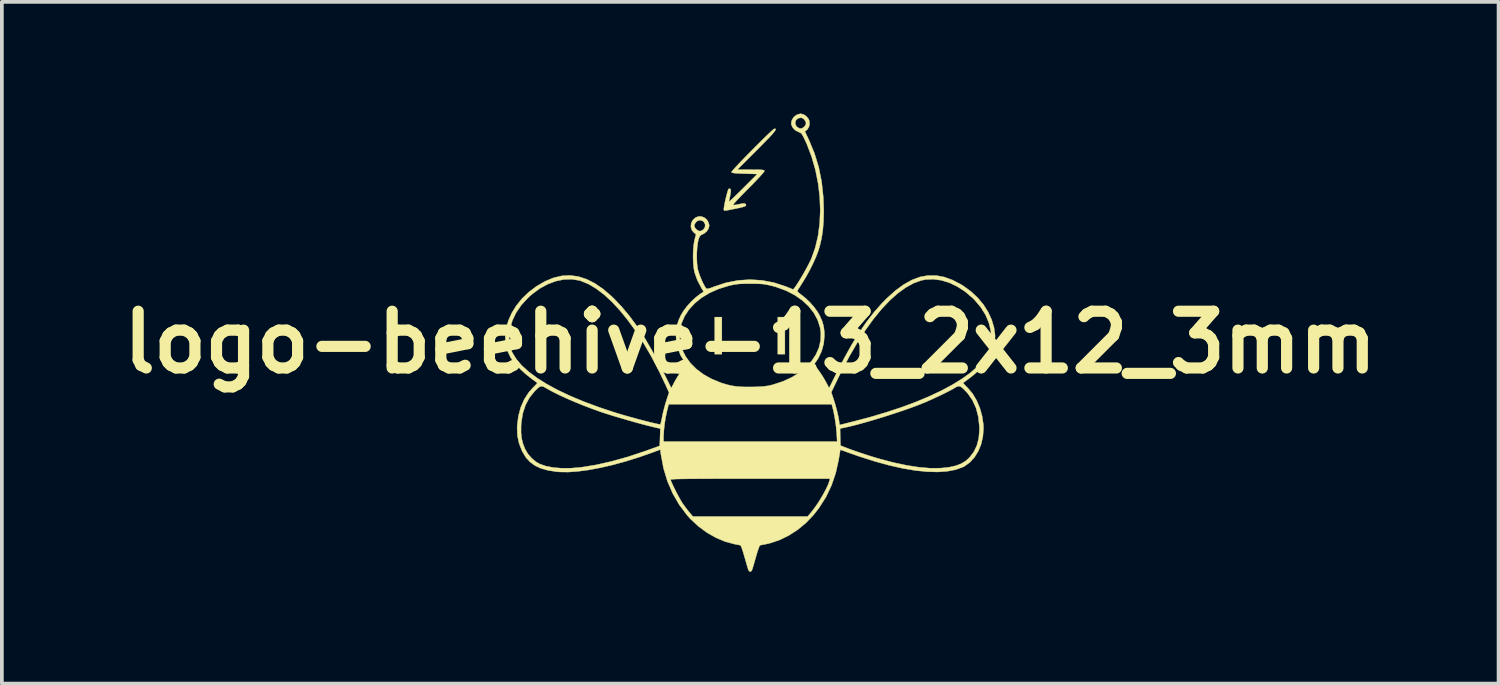
<source format=kicad_pcb>
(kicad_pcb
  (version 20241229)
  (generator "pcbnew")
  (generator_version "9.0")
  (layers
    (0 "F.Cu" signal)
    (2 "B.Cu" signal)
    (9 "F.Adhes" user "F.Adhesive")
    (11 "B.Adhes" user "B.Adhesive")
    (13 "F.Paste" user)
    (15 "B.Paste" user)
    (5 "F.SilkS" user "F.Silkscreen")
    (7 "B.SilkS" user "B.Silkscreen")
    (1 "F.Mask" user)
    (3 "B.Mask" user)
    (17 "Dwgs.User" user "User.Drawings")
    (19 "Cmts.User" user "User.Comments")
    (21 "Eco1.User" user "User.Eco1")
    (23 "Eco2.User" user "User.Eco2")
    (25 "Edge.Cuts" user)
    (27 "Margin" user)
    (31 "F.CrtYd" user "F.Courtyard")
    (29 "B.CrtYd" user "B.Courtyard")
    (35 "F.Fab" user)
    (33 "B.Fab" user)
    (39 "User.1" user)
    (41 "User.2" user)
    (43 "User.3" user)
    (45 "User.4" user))
  (footprint "logo-beehive-13_2х12_3mm"
    (layer "F.Cu")
    (at 17.098 6.143)
    (property "Reference" "logo-beehive-13_2х12_3mm" (at 0 0 0) (layer "F.SilkS") (effects (font (size 1.524 1.524) (thickness 0.3))))
    (attr through_hole)
    (fp_poly (pts (xy -0.762 0.318) (xy -0.953 0.318) (xy -0.953 -0.677) (xy -0.762 -0.677) (xy -0.762 0.318)) (stroke (width 0.01) (type solid)) (fill yes) (layer "F.SilkS"))
    (fp_poly (pts (xy 0.931 0.318) (xy 0.741 0.318) (xy 0.741 -0.677) (xy 0.931 -0.677) (xy 0.931 0.318)) (stroke (width 0.01) (type solid)) (fill yes) (layer "F.SilkS"))
    (fp_poly (pts (xy 0.684 -5.725) (xy 0.677 -5.7) (xy 0.649 -5.659) (xy 0.6 -5.599) (xy 0.526 -5.518) (xy 0.426 -5.414) (xy 0.299 -5.284) (xy 0.178 -5.162) (xy -0.349 -4.636) (xy 0.016 -4.636) (xy 0.149 -4.635) (xy 0.245 -4.634) (xy 0.31 -4.631) (xy 0.351 -4.626) (xy 0.372 -4.618) (xy 0.38 -4.606) (xy 0.381 -4.599) (xy 0.367 -4.575) (xy 0.326 -4.525) (xy 0.262 -4.454) (xy 0.179 -4.366) (xy 0.082 -4.264) (xy -0.028 -4.153) (xy -0.058 -4.122) (xy -0.197 -3.982) (xy -0.306 -3.869) (xy -0.386 -3.784) (xy -0.436 -3.725) (xy -0.458 -3.692) (xy -0.455 -3.684) (xy -0.412 -3.688) (xy -0.345 -3.7) (xy -0.281 -3.713) (xy -0.206 -3.727) (xy -0.162 -3.73) (xy -0.136 -3.722) (xy -0.124 -3.711) (xy -0.111 -3.688) (xy -0.117 -3.669) (xy -0.147 -3.651) (xy -0.204 -3.632) (xy -0.295 -3.61) (xy -0.401 -3.588) (xy -0.516 -3.565) (xy -0.596 -3.549) (xy -0.648 -3.54) (xy -0.679 -3.537) (xy -0.695 -3.54) (xy -0.703 -3.547) (xy -0.707 -3.552) (xy -0.709 -3.582) (xy -0.701 -3.643) (xy -0.687 -3.724) (xy -0.667 -3.817) (xy -0.645 -3.911) (xy -0.622 -3.999) (xy -0.601 -4.069) (xy -0.584 -4.112) (xy -0.577 -4.122) (xy -0.541 -4.125) (xy -0.523 -4.097) (xy -0.523 -4.037) (xy -0.539 -3.94) (xy -0.539 -3.939) (xy -0.555 -3.863) (xy -0.566 -3.804) (xy -0.571 -3.773) (xy -0.572 -3.772) (xy -0.557 -3.782) (xy -0.517 -3.819) (xy -0.455 -3.878) (xy -0.375 -3.956) (xy -0.281 -4.048) (xy -0.19 -4.138) (xy 0.191 -4.519) (xy -0.153 -4.53) (xy -0.284 -4.534) (xy -0.379 -4.539) (xy -0.442 -4.546) (xy -0.48 -4.554) (xy -0.499 -4.564) (xy -0.503 -4.572) (xy -0.49 -4.593) (xy -0.45 -4.64) (xy -0.389 -4.708) (xy -0.308 -4.793) (xy -0.214 -4.892) (xy -0.109 -5) (xy 0.003 -5.114) (xy 0.116 -5.229) (xy 0.229 -5.341) (xy 0.335 -5.447) (xy 0.432 -5.541) (xy 0.516 -5.621) (xy 0.582 -5.682) (xy 0.626 -5.721) (xy 0.644 -5.732) (xy 0.672 -5.735) (xy 0.684 -5.725)) (stroke (width 0.01) (type solid)) (fill yes) (layer "F.SilkS"))
    (fp_poly (pts (xy 1.432 -6.12) (xy 1.503 -6.073) (xy 1.56 -6.008) (xy 1.581 -5.965) (xy 1.594 -5.874) (xy 1.577 -5.786) (xy 1.533 -5.715) (xy 1.516 -5.7) (xy 1.468 -5.664) (xy 1.578 -5.43) (xy 1.727 -5.071) (xy 1.841 -4.696) (xy 1.919 -4.304) (xy 1.963 -3.89) (xy 1.975 -3.524) (xy 1.968 -3.255) (xy 1.95 -3.016) (xy 1.917 -2.798) (xy 1.869 -2.592) (xy 1.831 -2.466) (xy 1.775 -2.316) (xy 1.699 -2.143) (xy 1.609 -1.96) (xy 1.51 -1.779) (xy 1.413 -1.618) (xy 1.359 -1.533) (xy 1.313 -1.46) (xy 1.279 -1.408) (xy 1.264 -1.383) (xy 1.273 -1.361) (xy 1.31 -1.324) (xy 1.367 -1.281) (xy 1.486 -1.186) (xy 1.606 -1.07) (xy 1.718 -0.942) (xy 1.811 -0.814) (xy 1.867 -0.716) (xy 1.931 -0.57) (xy 1.97 -0.437) (xy 1.989 -0.298) (xy 1.993 -0.174) (xy 1.973 0.038) (xy 1.916 0.243) (xy 1.826 0.431) (xy 1.765 0.522) (xy 1.714 0.59) (xy 1.826 0.739) (xy 1.892 0.833) (xy 1.963 0.943) (xy 2.023 1.047) (xy 2.029 1.058) (xy 2.12 1.228) (xy 2.327 0.81) (xy 2.53 0.416) (xy 2.728 0.06) (xy 2.926 -0.26) (xy 3.124 -0.548) (xy 3.326 -0.808) (xy 3.533 -1.043) (xy 3.675 -1.187) (xy 3.903 -1.391) (xy 4.125 -1.553) (xy 4.343 -1.674) (xy 4.559 -1.755) (xy 4.774 -1.794) (xy 4.99 -1.794) (xy 5.208 -1.754) (xy 5.431 -1.673) (xy 5.66 -1.554) (xy 5.731 -1.51) (xy 5.936 -1.359) (xy 6.116 -1.189) (xy 6.269 -1.005) (xy 6.392 -0.808) (xy 6.485 -0.605) (xy 6.547 -0.398) (xy 6.576 -0.192) (xy 6.57 0.01) (xy 6.528 0.204) (xy 6.449 0.386) (xy 6.434 0.411) (xy 6.358 0.519) (xy 6.253 0.639) (xy 6.128 0.763) (xy 5.991 0.883) (xy 5.895 0.958) (xy 5.823 1.012) (xy 5.764 1.056) (xy 5.727 1.084) (xy 5.718 1.091) (xy 5.729 1.107) (xy 5.764 1.146) (xy 5.817 1.201) (xy 5.847 1.231) (xy 5.973 1.381) (xy 6.08 1.561) (xy 6.166 1.764) (xy 6.227 1.979) (xy 6.26 2.199) (xy 6.265 2.318) (xy 6.248 2.533) (xy 6.201 2.736) (xy 6.126 2.922) (xy 6.025 3.085) (xy 5.902 3.222) (xy 5.758 3.326) (xy 5.708 3.352) (xy 5.517 3.421) (xy 5.293 3.464) (xy 5.038 3.482) (xy 4.753 3.475) (xy 4.44 3.443) (xy 4.1 3.386) (xy 3.735 3.304) (xy 3.346 3.197) (xy 2.933 3.066) (xy 2.623 2.957) (xy 2.42 2.883) (xy 2.376 3.151) (xy 2.297 3.508) (xy 2.183 3.843) (xy 2.033 4.157) (xy 1.845 4.452) (xy 1.693 4.646) (xy 1.494 4.853) (xy 1.272 5.036) (xy 1.034 5.189) (xy 0.785 5.31) (xy 0.532 5.395) (xy 0.421 5.42) (xy 0.348 5.434) (xy 0.29 5.445) (xy 0.263 5.451) (xy 0.249 5.472) (xy 0.227 5.527) (xy 0.2 5.605) (xy 0.172 5.697) (xy 0.141 5.805) (xy 0.111 5.91) (xy 0.085 5.999) (xy 0.071 6.048) (xy 0.047 6.118) (xy 0.022 6.152) (xy 0 6.16) (xy -0.028 6.147) (xy -0.052 6.106) (xy -0.071 6.048) (xy -0.09 5.982) (xy -0.117 5.888) (xy -0.148 5.781) (xy -0.172 5.697) (xy -0.2 5.603) (xy -0.227 5.525) (xy -0.249 5.471) (xy -0.263 5.451) (xy -0.295 5.444) (xy -0.354 5.433) (xy -0.421 5.42) (xy -0.673 5.353) (xy -0.924 5.247) (xy -1.168 5.108) (xy -1.398 4.937) (xy -1.608 4.741) (xy -1.693 4.646) (xy -1.905 4.364) (xy -2.081 4.06) (xy -2.222 3.734) (xy -2.236 3.688) (xy -2.138 3.688) (xy -2.128 3.723) (xy -2.101 3.786) (xy -2.062 3.871) (xy -2.015 3.967) (xy -1.963 4.068) (xy -1.91 4.166) (xy -1.862 4.252) (xy -1.821 4.318) (xy -1.819 4.322) (xy -1.757 4.408) (xy -1.688 4.5) (xy -1.634 4.567) (xy -1.54 4.678) (xy 1.542 4.678) (xy 1.636 4.567) (xy 1.72 4.459) (xy 1.809 4.332) (xy 1.895 4.195) (xy 1.976 4.056) (xy 2.045 3.924) (xy 2.098 3.808) (xy 2.128 3.718) (xy 2.142 3.662) (xy 0.002 3.662) (xy -0.359 3.662) (xy -0.679 3.662) (xy -0.962 3.663) (xy -1.208 3.664) (xy -1.42 3.665) (xy -1.601 3.666) (xy -1.751 3.668) (xy -1.873 3.67) (xy -1.969 3.672) (xy -2.042 3.675) (xy -2.092 3.679) (xy -2.123 3.682) (xy -2.137 3.687) (xy -2.138 3.688) (xy -2.236 3.688) (xy -2.328 3.385) (xy -2.398 3.012) (xy -2.402 2.981) (xy -2.415 2.881) (xy -2.62 2.957) (xy -2.988 3.086) (xy -3.347 3.198) (xy -3.694 3.293) (xy -4.025 3.369) (xy -4.337 3.428) (xy -4.625 3.466) (xy -4.885 3.485) (xy -5.115 3.482) (xy -5.204 3.475) (xy -5.43 3.439) (xy -5.622 3.385) (xy -5.783 3.31) (xy -5.916 3.212) (xy -6.026 3.09) (xy -6.117 2.939) (xy -6.13 2.912) (xy -6.207 2.715) (xy -6.25 2.516) (xy -6.254 2.422) (xy -6.155 2.422) (xy -6.14 2.574) (xy -6.106 2.715) (xy -6.05 2.86) (xy -6.043 2.873) (xy -5.97 2.997) (xy -5.869 3.113) (xy -5.754 3.209) (xy -5.654 3.267) (xy -5.488 3.325) (xy -5.289 3.363) (xy -5.064 3.382) (xy -4.819 3.381) (xy -4.559 3.359) (xy -4.517 3.354) (xy -4.129 3.29) (xy -3.715 3.196) (xy -3.279 3.074) (xy -2.824 2.923) (xy -2.77 2.904) (xy -2.43 2.781) (xy -2.422 2.55) (xy -2.328 2.55) (xy -2.328 2.667) (xy 2.335 2.667) (xy 2.322 2.439) (xy 2.311 2.316) (xy 2.413 2.316) (xy 2.418 2.544) (xy 2.424 2.772) (xy 2.508 2.806) (xy 2.639 2.857) (xy 2.799 2.914) (xy 2.976 2.975) (xy 3.159 3.035) (xy 3.337 3.09) (xy 3.444 3.122) (xy 3.838 3.227) (xy 4.203 3.305) (xy 4.54 3.357) (xy 4.846 3.382) (xy 5.122 3.379) (xy 5.347 3.354) (xy 5.524 3.314) (xy 5.668 3.259) (xy 5.789 3.185) (xy 5.885 3.098) (xy 6.003 2.947) (xy 6.086 2.775) (xy 6.137 2.581) (xy 6.156 2.362) (xy 6.154 2.255) (xy 6.125 1.995) (xy 6.063 1.761) (xy 5.968 1.553) (xy 5.842 1.373) (xy 5.812 1.339) (xy 5.733 1.257) (xy 5.674 1.205) (xy 5.626 1.18) (xy 5.582 1.179) (xy 5.534 1.198) (xy 5.51 1.213) (xy 5.425 1.263) (xy 5.309 1.324) (xy 5.172 1.393) (xy 5.02 1.465) (xy 4.864 1.537) (xy 4.711 1.605) (xy 4.676 1.619) (xy 4.505 1.688) (xy 4.302 1.763) (xy 4.076 1.842) (xy 3.834 1.922) (xy 3.585 2.002) (xy 3.337 2.078) (xy 3.098 2.147) (xy 2.875 2.209) (xy 2.677 2.259) (xy 2.541 2.289) (xy 2.413 2.316) (xy 2.311 2.316) (xy 2.31 2.299) (xy 2.289 2.141) (xy 2.263 1.98) (xy 2.233 1.832) (xy 2.206 1.725) (xy 2.188 1.662) (xy -2.19 1.662) (xy -2.237 1.852) (xy -2.272 2.014) (xy -2.3 2.192) (xy -2.319 2.368) (xy -2.328 2.525) (xy -2.328 2.55) (xy -2.422 2.55) (xy -2.422 2.55) (xy -2.414 2.318) (xy -2.63 2.268) (xy -2.753 2.237) (xy -2.907 2.197) (xy -3.083 2.149) (xy -3.271 2.095) (xy -3.462 2.04) (xy -3.647 1.985) (xy -3.816 1.933) (xy -3.961 1.886) (xy -4.032 1.862) (xy -4.259 1.78) (xy -4.49 1.692) (xy -4.717 1.599) (xy -4.934 1.505) (xy -5.134 1.413) (xy -5.309 1.326) (xy -5.453 1.247) (xy -5.489 1.226) (xy -5.55 1.192) (xy -5.598 1.178) (xy -5.643 1.187) (xy -5.695 1.222) (xy -5.761 1.285) (xy -5.786 1.31) (xy -5.927 1.483) (xy -6.034 1.683) (xy -6.108 1.908) (xy -6.148 2.157) (xy -6.154 2.244) (xy -6.155 2.422) (xy -6.254 2.422) (xy -6.26 2.301) (xy -6.258 2.233) (xy -6.226 1.981) (xy -6.162 1.745) (xy -6.068 1.531) (xy -5.944 1.341) (xy -5.846 1.231) (xy -5.788 1.172) (xy -5.743 1.124) (xy -5.72 1.096) (xy -5.718 1.091) (xy -5.737 1.076) (xy -5.783 1.042) (xy -5.847 0.994) (xy -5.896 0.958) (xy -6.037 0.846) (xy -6.171 0.723) (xy -6.291 0.597) (xy -6.388 0.479) (xy -6.434 0.411) (xy -6.52 0.23) (xy -6.568 0.036) (xy -6.577 -0.131) (xy -6.474 -0.131) (xy -6.473 -0.073) (xy -6.467 0.028) (xy -6.456 0.104) (xy -6.435 0.172) (xy -6.401 0.25) (xy -6.383 0.287) (xy -6.279 0.455) (xy -6.134 0.624) (xy -5.949 0.791) (xy -5.725 0.958) (xy -5.464 1.122) (xy -5.167 1.283) (xy -4.835 1.44) (xy -4.469 1.593) (xy -4.071 1.741) (xy -3.642 1.884) (xy -3.609 1.894) (xy -3.483 1.932) (xy -3.343 1.973) (xy -3.195 2.014) (xy -3.046 2.055) (xy -2.899 2.094) (xy -2.762 2.129) (xy -2.64 2.159) (xy -2.538 2.183) (xy -2.463 2.199) (xy -2.42 2.205) (xy -2.411 2.204) (xy -2.403 2.179) (xy -2.389 2.121) (xy -2.372 2.042) (xy -2.363 1.99) (xy -2.338 1.877) (xy -2.305 1.747) (xy -2.269 1.619) (xy -2.253 1.569) (xy -2.18 1.35) (xy -2.183 1.342) (xy 2.177 1.342) (xy 2.244 1.542) (xy 2.282 1.666) (xy 2.318 1.795) (xy 2.349 1.921) (xy 2.373 2.034) (xy 2.388 2.123) (xy 2.391 2.166) (xy 2.397 2.208) (xy 2.419 2.217) (xy 2.429 2.214) (xy 2.462 2.205) (xy 2.528 2.189) (xy 2.618 2.166) (xy 2.724 2.139) (xy 2.773 2.127) (xy 3.232 2.006) (xy 3.668 1.876) (xy 4.079 1.74) (xy 4.464 1.596) (xy 4.819 1.447) (xy 5.145 1.293) (xy 5.438 1.135) (xy 5.698 0.974) (xy 5.923 0.811) (xy 6.11 0.646) (xy 6.259 0.481) (xy 6.368 0.316) (xy 6.382 0.29) (xy 6.422 0.204) (xy 6.447 0.133) (xy 6.462 0.061) (xy 6.47 -0.032) (xy 6.472 -0.069) (xy 6.463 -0.294) (xy 6.412 -0.517) (xy 6.322 -0.733) (xy 6.192 -0.942) (xy 6.023 -1.141) (xy 5.966 -1.197) (xy 5.766 -1.366) (xy 5.557 -1.501) (xy 5.343 -1.602) (xy 5.126 -1.667) (xy 4.912 -1.695) (xy 4.704 -1.685) (xy 4.593 -1.662) (xy 4.388 -1.588) (xy 4.178 -1.472) (xy 3.964 -1.318) (xy 3.748 -1.125) (xy 3.53 -0.895) (xy 3.312 -0.629) (xy 3.094 -0.328) (xy 2.878 0.006) (xy 2.665 0.372) (xy 2.455 0.769) (xy 2.355 0.972) (xy 2.177 1.342) (xy -2.183 1.342) (xy -2.277 1.135) (xy -2.466 0.74) (xy -2.662 0.369) (xy -2.865 0.022) (xy -3.073 -0.299) (xy -3.284 -0.591) (xy -3.497 -0.853) (xy -3.71 -1.083) (xy -3.922 -1.279) (xy -4.132 -1.439) (xy -4.337 -1.562) (xy -4.537 -1.645) (xy -4.593 -1.662) (xy -4.796 -1.694) (xy -5.007 -1.687) (xy -5.223 -1.642) (xy -5.439 -1.561) (xy -5.652 -1.445) (xy -5.857 -1.294) (xy -5.966 -1.197) (xy -6.146 -1.002) (xy -6.288 -0.795) (xy -6.39 -0.58) (xy -6.453 -0.358) (xy -6.474 -0.131) (xy -6.577 -0.131) (xy -6.579 -0.165) (xy -6.554 -0.372) (xy -6.496 -0.579) (xy -6.405 -0.784) (xy -6.283 -0.982) (xy -6.131 -1.171) (xy -5.95 -1.345) (xy -5.742 -1.503) (xy -5.736 -1.507) (xy -5.506 -1.64) (xy -5.281 -1.733) (xy -5.058 -1.785) (xy -4.837 -1.797) (xy -4.617 -1.767) (xy -4.397 -1.696) (xy -4.175 -1.584) (xy -3.95 -1.43) (xy -3.722 -1.234) (xy -3.654 -1.169) (xy -3.441 -0.943) (xy -3.233 -0.693) (xy -3.03 -0.416) (xy -2.829 -0.107) (xy -2.629 0.235) (xy -2.426 0.614) (xy -2.327 0.81) (xy -2.12 1.229) (xy -2.034 1.064) (xy -1.977 0.965) (xy -1.908 0.854) (xy -1.839 0.755) (xy -1.831 0.745) (xy -1.714 0.59) (xy -1.765 0.522) (xy -1.872 0.346) (xy -1.947 0.149) (xy -1.987 -0.061) (xy -1.993 -0.174) (xy -1.992 -0.192) (xy -1.899 -0.192) (xy -1.881 0.008) (xy -1.825 0.201) (xy -1.732 0.385) (xy -1.605 0.558) (xy -1.446 0.718) (xy -1.257 0.86) (xy -1.039 0.983) (xy -0.795 1.083) (xy -0.776 1.09) (xy -0.629 1.135) (xy -0.491 1.167) (xy -0.351 1.187) (xy -0.196 1.197) (xy -0.015 1.199) (xy 0.064 1.198) (xy 0.207 1.194) (xy 0.319 1.188) (xy 0.411 1.178) (xy 0.495 1.165) (xy 0.58 1.145) (xy 0.622 1.134) (xy 0.881 1.049) (xy 1.115 0.941) (xy 1.322 0.813) (xy 1.501 0.666) (xy 1.65 0.503) (xy 1.766 0.327) (xy 1.847 0.141) (xy 1.891 -0.054) (xy 1.897 -0.254) (xy 1.877 -0.394) (xy 1.812 -0.598) (xy 1.709 -0.79) (xy 1.571 -0.966) (xy 1.399 -1.126) (xy 1.197 -1.267) (xy 0.967 -1.386) (xy 0.713 -1.48) (xy 0.582 -1.517) (xy 0.487 -1.539) (xy 0.405 -1.555) (xy 0.325 -1.566) (xy 0.235 -1.571) (xy 0.125 -1.574) (xy 0 -1.575) (xy -0.139 -1.574) (xy -0.247 -1.571) (xy -0.336 -1.564) (xy -0.416 -1.553) (xy -0.499 -1.537) (xy -0.582 -1.517) (xy -0.847 -1.435) (xy -1.089 -1.328) (xy -1.305 -1.198) (xy -1.491 -1.047) (xy -1.646 -0.878) (xy -1.767 -0.693) (xy -1.851 -0.494) (xy -1.877 -0.394) (xy -1.899 -0.192) (xy -1.992 -0.192) (xy -1.986 -0.33) (xy -1.963 -0.466) (xy -1.919 -0.601) (xy -1.867 -0.716) (xy -1.797 -0.835) (xy -1.7 -0.964) (xy -1.586 -1.091) (xy -1.465 -1.204) (xy -1.367 -1.281) (xy -1.25 -1.361) (xy -1.304 -1.448) (xy -1.422 -1.672) (xy -1.496 -1.884) (xy -1.517 -1.999) (xy -1.53 -2.142) (xy -1.535 -2.3) (xy -1.531 -2.46) (xy -1.519 -2.608) (xy -1.499 -2.732) (xy -1.495 -2.747) (xy -1.456 -2.901) (xy -1.51 -2.944) (xy -1.568 -3.013) (xy -1.593 -3.098) (xy -1.591 -3.129) (xy -1.503 -3.129) (xy -1.485 -3.08) (xy -1.443 -3.03) (xy -1.39 -2.994) (xy -1.352 -2.985) (xy -1.303 -2.999) (xy -1.255 -3.031) (xy -1.216 -3.092) (xy -1.21 -3.159) (xy -1.234 -3.22) (xy -1.284 -3.264) (xy -1.353 -3.281) (xy -1.414 -3.262) (xy -1.467 -3.216) (xy -1.499 -3.156) (xy -1.503 -3.129) (xy -1.591 -3.129) (xy -1.587 -3.188) (xy -1.55 -3.272) (xy -1.484 -3.338) (xy -1.401 -3.378) (xy -1.32 -3.381) (xy -1.238 -3.353) (xy -1.172 -3.301) (xy -1.123 -3.225) (xy -1.101 -3.14) (xy -1.101 -3.129) (xy -1.12 -3.052) (xy -1.169 -2.978) (xy -1.239 -2.921) (xy -1.271 -2.905) (xy -1.323 -2.88) (xy -1.356 -2.846) (xy -1.381 -2.789) (xy -1.389 -2.764) (xy -1.41 -2.669) (xy -1.425 -2.544) (xy -1.434 -2.402) (xy -1.435 -2.256) (xy -1.429 -2.117) (xy -1.415 -1.998) (xy -1.41 -1.968) (xy -1.388 -1.889) (xy -1.355 -1.794) (xy -1.314 -1.693) (xy -1.27 -1.596) (xy -1.228 -1.515) (xy -1.192 -1.458) (xy -1.177 -1.441) (xy -1.144 -1.437) (xy -1.077 -1.454) (xy -0.975 -1.492) (xy -0.97 -1.494) (xy -0.653 -1.599) (xy -0.332 -1.662) (xy -0.008 -1.684) (xy 0.315 -1.664) (xy 0.636 -1.603) (xy 0.951 -1.501) (xy 0.97 -1.493) (xy 1.154 -1.419) (xy 1.197 -1.471) (xy 1.238 -1.529) (xy 1.294 -1.616) (xy 1.36 -1.723) (xy 1.429 -1.841) (xy 1.497 -1.962) (xy 1.559 -2.077) (xy 1.61 -2.178) (xy 1.641 -2.244) (xy 1.746 -2.538) (xy 1.821 -2.857) (xy 1.866 -3.195) (xy 1.881 -3.546) (xy 1.867 -3.905) (xy 1.824 -4.266) (xy 1.752 -4.626) (xy 1.652 -4.977) (xy 1.524 -5.315) (xy 1.477 -5.419) (xy 1.434 -5.509) (xy 1.401 -5.569) (xy 1.373 -5.607) (xy 1.343 -5.63) (xy 1.305 -5.646) (xy 1.29 -5.652) (xy 1.209 -5.696) (xy 1.144 -5.762) (xy 1.107 -5.838) (xy 1.101 -5.879) (xy 1.107 -5.911) (xy 1.209 -5.911) (xy 1.215 -5.846) (xy 1.253 -5.788) (xy 1.262 -5.78) (xy 1.33 -5.742) (xy 1.39 -5.745) (xy 1.451 -5.788) (xy 1.451 -5.788) (xy 1.494 -5.849) (xy 1.497 -5.909) (xy 1.459 -5.977) (xy 1.459 -5.977) (xy 1.401 -6.023) (xy 1.353 -6.032) (xy 1.283 -6.015) (xy 1.233 -5.971) (xy 1.209 -5.911) (xy 1.107 -5.911) (xy 1.12 -5.972) (xy 1.173 -6.052) (xy 1.249 -6.11) (xy 1.34 -6.137) (xy 1.36 -6.138) (xy 1.432 -6.12)) (stroke (width 0.01) (type solid)) (fill yes) (layer "F.SilkS")))
  (gr_rect
    (start -3 -3)
    (end 37.196 15.308)
    (stroke (width 0.1) (type default))
    (fill no)
    (layer "Edge.Cuts")))
</source>
